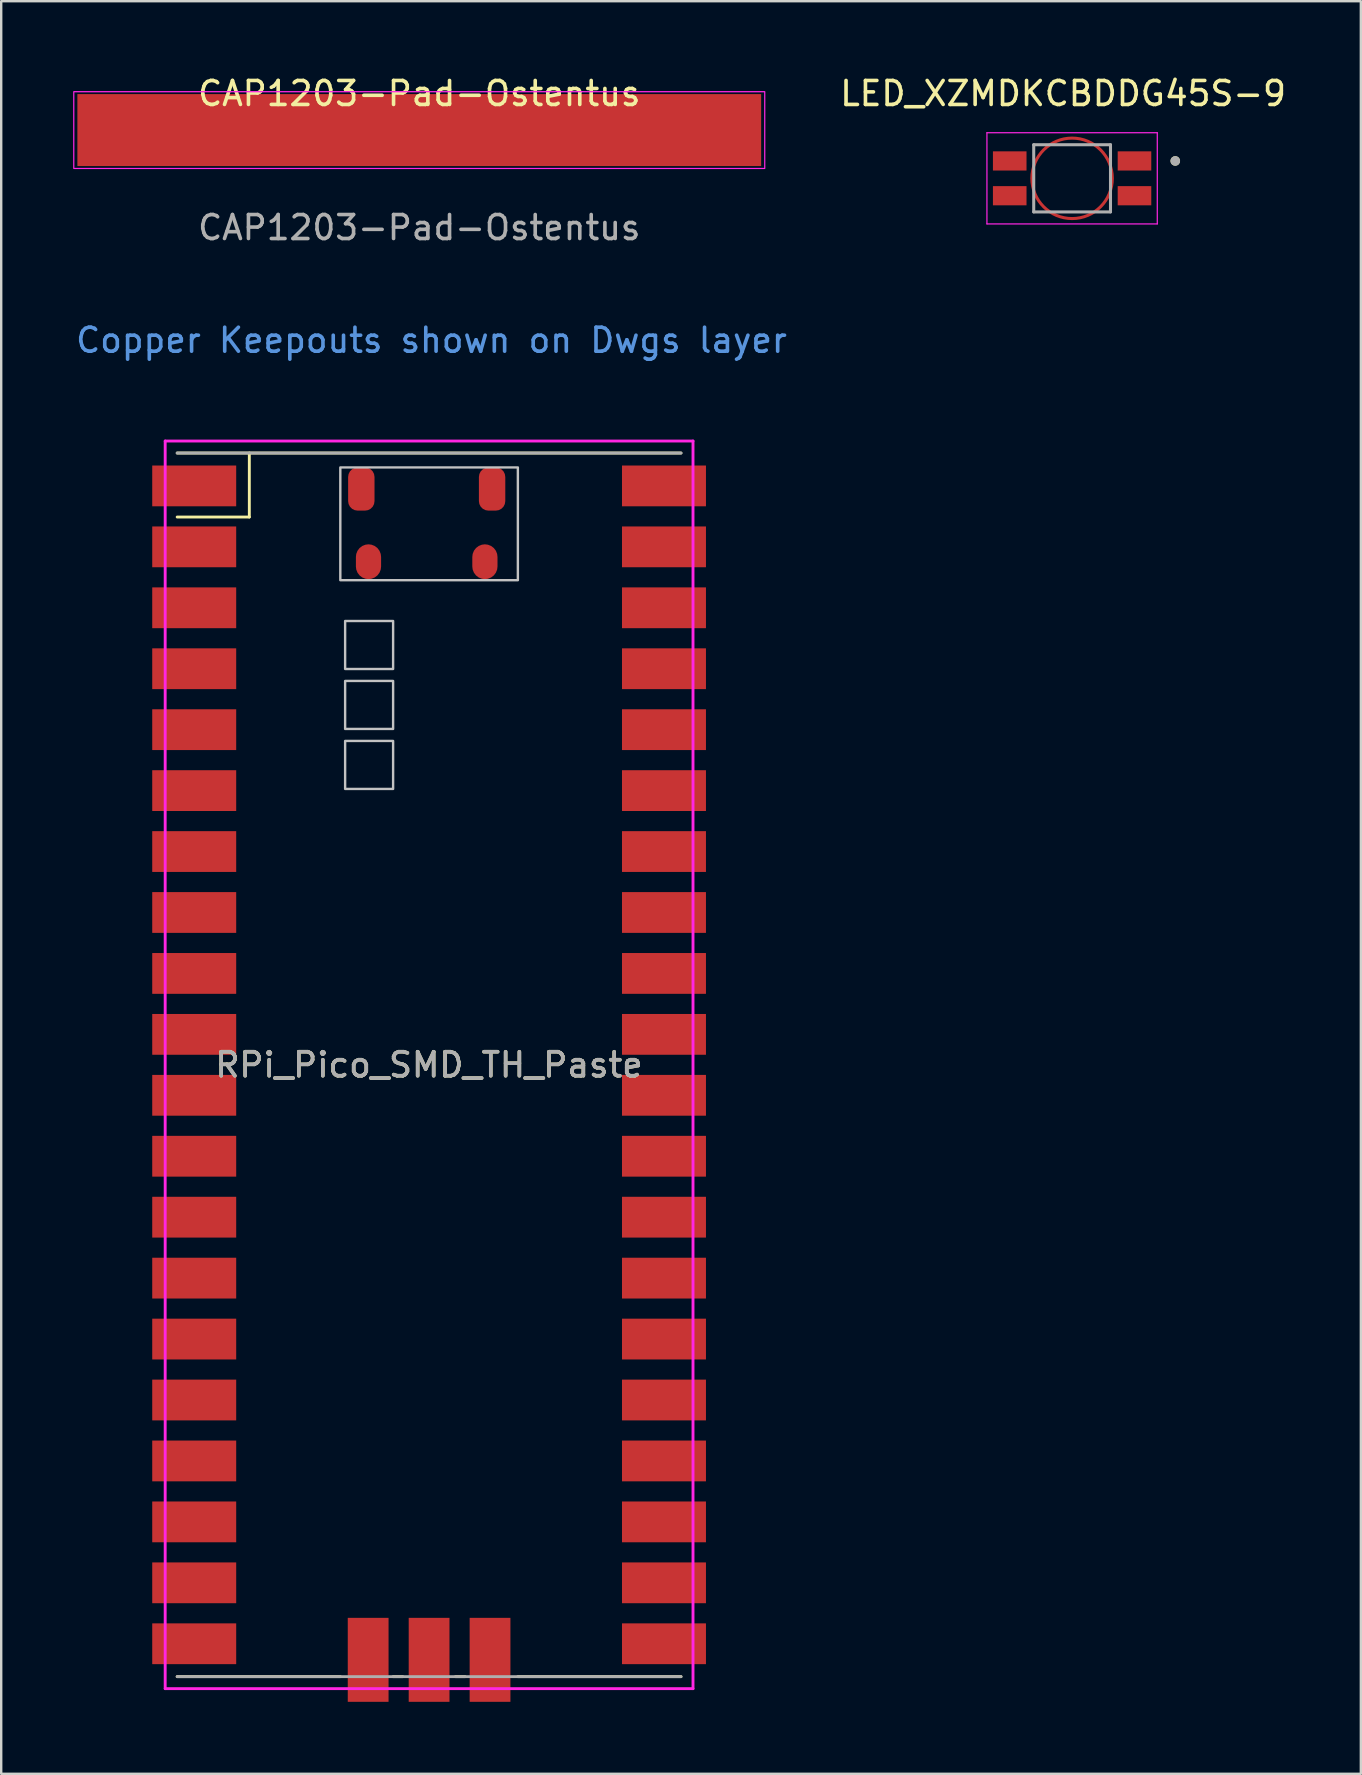
<source format=kicad_pcb>
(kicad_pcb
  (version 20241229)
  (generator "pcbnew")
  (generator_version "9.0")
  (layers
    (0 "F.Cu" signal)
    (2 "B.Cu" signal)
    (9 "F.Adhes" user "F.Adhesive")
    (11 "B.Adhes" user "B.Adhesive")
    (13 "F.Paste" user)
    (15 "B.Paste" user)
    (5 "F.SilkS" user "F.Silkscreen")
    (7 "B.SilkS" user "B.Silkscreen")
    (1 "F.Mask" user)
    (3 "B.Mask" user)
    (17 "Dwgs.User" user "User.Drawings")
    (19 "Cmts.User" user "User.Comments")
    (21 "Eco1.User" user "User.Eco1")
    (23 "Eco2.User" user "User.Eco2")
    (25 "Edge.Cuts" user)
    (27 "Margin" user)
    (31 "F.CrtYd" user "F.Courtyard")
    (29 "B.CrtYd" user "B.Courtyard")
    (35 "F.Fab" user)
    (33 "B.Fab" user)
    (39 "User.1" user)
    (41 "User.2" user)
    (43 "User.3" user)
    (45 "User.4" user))
  (footprint "LED_XZMDKCBDDG45S-9"
    (layer "F.Cu")
    (at 41.636 4.383)
    (property "Reference" "LED_XZMDKCBDDG45S-9" (at -0.375 -3.535 0) (layer "F.SilkS") (effects (font (size 1 1) (thickness 0.15))))
    (attr smd)
    (fp_circle (center 0 0) (end 1.677 0) (stroke (width 0.127) (type solid)) (fill no) (layer "F.Cu"))
    (fp_circle (center 0 0) (end 1.55 0) (stroke (width 0.1) (type solid)) (fill yes) (layer "F.Mask"))
    (fp_circle (center 4.3 -0.725) (end 4.4 -0.725) (stroke (width 0.2) (type solid)) (fill no) (layer "F.SilkS"))
    (fp_line (start -3.55 -1.9) (end -3.55 1.9) (stroke (width 0.05) (type solid)) (layer "F.CrtYd"))
    (fp_line (start -3.55 1.9) (end 3.55 1.9) (stroke (width 0.05) (type solid)) (layer "F.CrtYd"))
    (fp_line (start 3.55 -1.9) (end -3.55 -1.9) (stroke (width 0.05) (type solid)) (layer "F.CrtYd"))
    (fp_line (start 3.55 1.9) (end 3.55 -1.9) (stroke (width 0.05) (type solid)) (layer "F.CrtYd"))
    (fp_line (start -1.6 -1.4) (end 1.6 -1.4) (stroke (width 0.127) (type solid)) (layer "F.Fab"))
    (fp_line (start -1.6 1.4) (end -1.6 -1.4) (stroke (width 0.127) (type solid)) (layer "F.Fab"))
    (fp_line (start 1.6 -1.4) (end 1.6 1.4) (stroke (width 0.127) (type solid)) (layer "F.Fab"))
    (fp_line (start 1.6 1.4) (end -1.6 1.4) (stroke (width 0.127) (type solid)) (layer "F.Fab"))
    (fp_circle (center 4.3 -0.725) (end 4.4 -0.725) (stroke (width 0.2) (type solid)) (fill no) (layer "F.Fab"))
    (pad "1" smd rect (at 2.6 -0.725) (size 1.4 0.8) (layers "F.Cu" "F.Mask" "F.Paste"))
    (pad "2" smd rect (at -2.6 -0.725) (size 1.4 0.8) (layers "F.Cu" "F.Mask" "F.Paste"))
    (pad "3" smd rect (at -2.6 0.725) (size 1.4 0.8) (layers "F.Cu" "F.Mask" "F.Paste"))
    (pad "4" smd rect (at 2.6 0.725) (size 1.4 0.8) (layers "F.Cu" "F.Mask" "F.Paste")))
  (footprint "CAP1203-Pad-Ostentus"
    (layer "F.Cu")
    (at 14.425 2.372)
    (property "Reference" "CAP1203-Pad-Ostentus" (at 0 -1.524 0) (unlocked yes) (layer "F.SilkS") (effects (font (size 1 1) (thickness 0.15))))
    (attr smd)
    (fp_rect (start -14.4 -1.6) (end 14.4 1.6) (stroke (width 0.05) (type solid)) (fill no) (layer "F.CrtYd"))
    (fp_text user "${REFERENCE}" (at 0 4.064 0) (unlocked yes) (layer "F.Fab") (effects (font (size 1 1) (thickness 0.15))))
    (pad "1" smd rect (at 0 0) (size 28.5 3) (layers "F.Cu")))
  (footprint "RPi_Pico_SMD_TH_Paste"
    (layer "F.Cu")
    (at 14.835 41.333)
    (property "Reference" "RPi_Pico_SMD_TH_Paste" (at 0 0 180) (layer "F.SilkS") (effects (font (size 1 1) (thickness 0.15))))
    (attr through_hole)
    (fp_line (start -10.5 -25.5) (end 10.5 -25.5) (stroke (width 0.12) (type solid)) (layer "F.SilkS"))
    (fp_line (start -10.5 -22.833) (end -7.493 -22.833) (stroke (width 0.12) (type solid)) (layer "F.SilkS"))
    (fp_line (start -7.493 -22.833) (end -7.493 -25.5) (stroke (width 0.12) (type solid)) (layer "F.SilkS"))
    (fp_line (start -3.7 25.5) (end -10.5 25.5) (stroke (width 0.12) (type solid)) (layer "F.SilkS"))
    (fp_line (start -1.5 25.5) (end -1.1 25.5) (stroke (width 0.12) (type solid)) (layer "F.SilkS"))
    (fp_line (start 1.1 25.5) (end 1.5 25.5) (stroke (width 0.12) (type solid)) (layer "F.SilkS"))
    (fp_line (start 10.5 25.5) (end 3.7 25.5) (stroke (width 0.12) (type solid)) (layer "F.SilkS"))
    (fp_poly (pts (xy -1.5 -16.5) (xy -3.5 -16.5) (xy -3.5 -18.5) (xy -1.5 -18.5)) (stroke (width 0.1) (type solid)) (fill no) (layer "Dwgs.User"))
    (fp_poly (pts (xy -1.5 -14) (xy -3.5 -14) (xy -3.5 -16) (xy -1.5 -16)) (stroke (width 0.1) (type solid)) (fill no) (layer "Dwgs.User"))
    (fp_poly (pts (xy -1.5 -11.5) (xy -3.5 -11.5) (xy -3.5 -13.5) (xy -1.5 -13.5)) (stroke (width 0.1) (type solid)) (fill no) (layer "Dwgs.User"))
    (fp_poly (pts (xy 3.7 -20.2) (xy -3.7 -20.2) (xy -3.7 -24.9) (xy 3.7 -24.9)) (stroke (width 0.1) (type solid)) (fill no) (layer "Dwgs.User"))
    (fp_line (start -11 -26) (end -11 26) (stroke (width 0.12) (type default)) (layer "F.CrtYd"))
    (fp_line (start -11 -26) (end 11 -26) (stroke (width 0.12) (type solid)) (layer "F.CrtYd"))
    (fp_line (start 11 26) (end -11 26) (stroke (width 0.12) (type solid)) (layer "F.CrtYd"))
    (fp_line (start 11 26) (end 11 -26) (stroke (width 0.12) (type default)) (layer "F.CrtYd"))
    (fp_line (start -10.5 -25.5) (end 10.5 -25.5) (stroke (width 0.12) (type solid)) (layer "F.Fab"))
    (fp_line (start 10.5 25.5) (end -10.5 25.5) (stroke (width 0.12) (type solid)) (layer "F.Fab"))
    (fp_text user "Copper Keepouts shown on Dwgs layer" (at 0.1 -30.2 180) (layer "Cmts.User") (effects (font (size 1 1) (thickness 0.15))))
    (fp_text user "${REFERENCE}" (at 0 0 180) (layer "F.Fab") (effects (font (size 1 1) (thickness 0.15))))
    (pad "1" smd rect (at -8.89 -24.13) (size 3.5 1.7) (drill (offset -0.9 0)) (layers "F.Cu" "F.Mask" "F.Paste"))
    (pad "2" smd rect (at -8.89 -21.59) (size 3.5 1.7) (drill (offset -0.9 0)) (layers "F.Cu" "F.Mask" "F.Paste"))
    (pad "3" smd rect (at -8.89 -19.05) (size 3.5 1.7) (drill (offset -0.9 0)) (layers "F.Cu" "F.Mask" "F.Paste"))
    (pad "4" smd rect (at -8.89 -16.51) (size 3.5 1.7) (drill (offset -0.9 0)) (layers "F.Cu" "F.Mask" "F.Paste"))
    (pad "5" smd rect (at -8.89 -13.97) (size 3.5 1.7) (drill (offset -0.9 0)) (layers "F.Cu" "F.Mask" "F.Paste"))
    (pad "6" smd rect (at -8.89 -11.43) (size 3.5 1.7) (drill (offset -0.9 0)) (layers "F.Cu" "F.Mask" "F.Paste"))
    (pad "7" smd rect (at -8.89 -8.89) (size 3.5 1.7) (drill (offset -0.9 0)) (layers "F.Cu" "F.Mask" "F.Paste"))
    (pad "8" smd rect (at -8.89 -6.35) (size 3.5 1.7) (drill (offset -0.9 0)) (layers "F.Cu" "F.Mask" "F.Paste"))
    (pad "9" smd rect (at -8.89 -3.81) (size 3.5 1.7) (drill (offset -0.9 0)) (layers "F.Cu" "F.Mask" "F.Paste"))
    (pad "10" smd rect (at -8.89 -1.27) (size 3.5 1.7) (drill (offset -0.9 0)) (layers "F.Cu" "F.Mask" "F.Paste"))
    (pad "11" smd rect (at -8.89 1.27) (size 3.5 1.7) (drill (offset -0.9 0)) (layers "F.Cu" "F.Mask" "F.Paste"))
    (pad "12" smd rect (at -8.89 3.81) (size 3.5 1.7) (drill (offset -0.9 0)) (layers "F.Cu" "F.Mask" "F.Paste"))
    (pad "13" smd rect (at -8.89 6.35) (size 3.5 1.7) (drill (offset -0.9 0)) (layers "F.Cu" "F.Mask" "F.Paste"))
    (pad "14" smd rect (at -8.89 8.89) (size 3.5 1.7) (drill (offset -0.9 0)) (layers "F.Cu" "F.Mask" "F.Paste"))
    (pad "15" smd rect (at -8.89 11.43) (size 3.5 1.7) (drill (offset -0.9 0)) (layers "F.Cu" "F.Mask" "F.Paste"))
    (pad "16" smd rect (at -8.89 13.97) (size 3.5 1.7) (drill (offset -0.9 0)) (layers "F.Cu" "F.Mask" "F.Paste"))
    (pad "17" smd rect (at -8.89 16.51) (size 3.5 1.7) (drill (offset -0.9 0)) (layers "F.Cu" "F.Mask" "F.Paste"))
    (pad "18" smd rect (at -8.89 19.05) (size 3.5 1.7) (drill (offset -0.9 0)) (layers "F.Cu" "F.Mask" "F.Paste"))
    (pad "19" smd rect (at -8.89 21.59) (size 3.5 1.7) (drill (offset -0.9 0)) (layers "F.Cu" "F.Mask" "F.Paste"))
    (pad "20" smd rect (at -8.89 24.13) (size 3.5 1.7) (drill (offset -0.9 0)) (layers "F.Cu" "F.Mask" "F.Paste"))
    (pad "21" smd rect (at 8.89 24.13) (size 3.5 1.7) (drill (offset 0.9 0)) (layers "F.Cu" "F.Mask" "F.Paste"))
    (pad "22" smd rect (at 8.89 21.59) (size 3.5 1.7) (drill (offset 0.9 0)) (layers "F.Cu" "F.Mask" "F.Paste"))
    (pad "23" smd rect (at 8.89 19.05) (size 3.5 1.7) (drill (offset 0.9 0)) (layers "F.Cu" "F.Mask" "F.Paste"))
    (pad "24" smd rect (at 8.89 16.51) (size 3.5 1.7) (drill (offset 0.9 0)) (layers "F.Cu" "F.Mask" "F.Paste"))
    (pad "25" smd rect (at 8.89 13.97) (size 3.5 1.7) (drill (offset 0.9 0)) (layers "F.Cu" "F.Mask" "F.Paste"))
    (pad "26" smd rect (at 8.89 11.43) (size 3.5 1.7) (drill (offset 0.9 0)) (layers "F.Cu" "F.Mask" "F.Paste"))
    (pad "27" smd rect (at 8.89 8.89) (size 3.5 1.7) (drill (offset 0.9 0)) (layers "F.Cu" "F.Mask" "F.Paste"))
    (pad "28" smd rect (at 8.89 6.35) (size 3.5 1.7) (drill (offset 0.9 0)) (layers "F.Cu" "F.Mask" "F.Paste"))
    (pad "29" smd rect (at 8.89 3.81) (size 3.5 1.7) (drill (offset 0.9 0)) (layers "F.Cu" "F.Mask" "F.Paste"))
    (pad "30" smd rect (at 8.89 1.27) (size 3.5 1.7) (drill (offset 0.9 0)) (layers "F.Cu" "F.Mask" "F.Paste"))
    (pad "31" smd rect (at 8.89 -1.27) (size 3.5 1.7) (drill (offset 0.9 0)) (layers "F.Cu" "F.Mask" "F.Paste"))
    (pad "32" smd rect (at 8.89 -3.81) (size 3.5 1.7) (drill (offset 0.9 0)) (layers "F.Cu" "F.Mask" "F.Paste"))
    (pad "33" smd rect (at 8.89 -6.35) (size 3.5 1.7) (drill (offset 0.9 0)) (layers "F.Cu" "F.Mask" "F.Paste"))
    (pad "34" smd rect (at 8.89 -8.89) (size 3.5 1.7) (drill (offset 0.9 0)) (layers "F.Cu" "F.Mask" "F.Paste"))
    (pad "35" smd rect (at 8.89 -11.43) (size 3.5 1.7) (drill (offset 0.9 0)) (layers "F.Cu" "F.Mask" "F.Paste"))
    (pad "36" smd rect (at 8.89 -13.97) (size 3.5 1.7) (drill (offset 0.9 0)) (layers "F.Cu" "F.Mask" "F.Paste"))
    (pad "37" smd rect (at 8.89 -16.51) (size 3.5 1.7) (drill (offset 0.9 0)) (layers "F.Cu" "F.Mask" "F.Paste"))
    (pad "38" smd rect (at 8.89 -19.05) (size 3.5 1.7) (drill (offset 0.9 0)) (layers "F.Cu" "F.Mask" "F.Paste"))
    (pad "39" smd rect (at 8.89 -21.59) (size 3.5 1.7) (drill (offset 0.9 0)) (layers "F.Cu" "F.Mask" "F.Paste"))
    (pad "40" smd rect (at 8.89 -24.13) (size 3.5 1.7) (drill (offset 0.9 0)) (layers "F.Cu" "F.Mask" "F.Paste"))
    (pad "41" smd rect (at -2.54 23.9 90) (size 3.5 1.7) (drill (offset -0.9 0)) (layers "F.Cu" "F.Mask" "F.Paste"))
    (pad "42" smd rect (at 0 23.9 90) (size 3.5 1.7) (drill (offset -0.9 0)) (layers "F.Cu" "F.Mask" "F.Paste"))
    (pad "43" smd rect (at 2.54 23.9 90) (size 3.5 1.7) (drill (offset -0.9 0)) (layers "F.Cu" "F.Mask" "F.Paste"))
    (pad "A" smd roundrect (at -2.825 -24) (size 1.1 1.8) (layers "F.Cu" "F.Mask" "F.Paste") (roundrect_rratio 0.361))
    (pad "B" smd roundrect (at 2.626 -24) (size 1.1 1.8) (layers "F.Cu" "F.Mask" "F.Paste") (roundrect_rratio 0.361))
    (pad "C" smd roundrect (at -2.526 -20.97) (size 1.05 1.45) (layers "F.Cu" "F.Mask" "F.Paste") (roundrect_rratio 0.5))
    (pad "D" smd roundrect (at 2.326 -20.97) (size 1.05 1.45) (layers "F.Cu" "F.Mask" "F.Paste") (roundrect_rratio 0.5)))
  (gr_rect
    (start -3 -3)
    (end 53.671 70.883)
    (stroke (width 0.1) (type default))
    (fill no)
    (layer "Edge.Cuts")))
</source>
